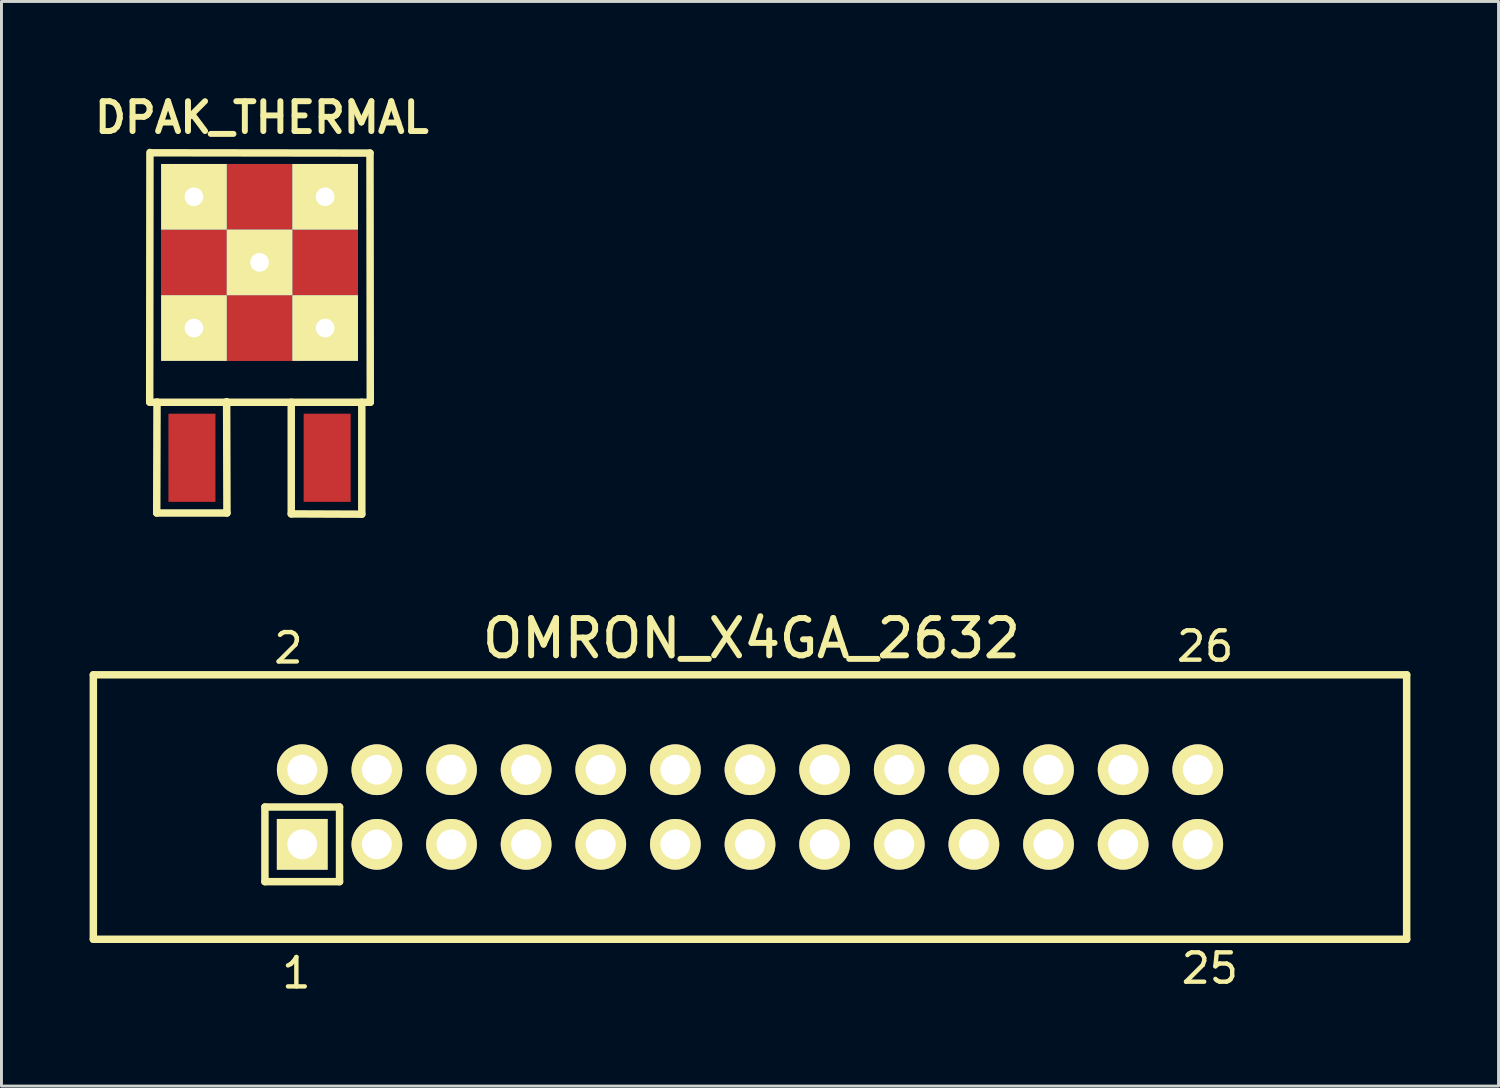
<source format=kicad_pcb>
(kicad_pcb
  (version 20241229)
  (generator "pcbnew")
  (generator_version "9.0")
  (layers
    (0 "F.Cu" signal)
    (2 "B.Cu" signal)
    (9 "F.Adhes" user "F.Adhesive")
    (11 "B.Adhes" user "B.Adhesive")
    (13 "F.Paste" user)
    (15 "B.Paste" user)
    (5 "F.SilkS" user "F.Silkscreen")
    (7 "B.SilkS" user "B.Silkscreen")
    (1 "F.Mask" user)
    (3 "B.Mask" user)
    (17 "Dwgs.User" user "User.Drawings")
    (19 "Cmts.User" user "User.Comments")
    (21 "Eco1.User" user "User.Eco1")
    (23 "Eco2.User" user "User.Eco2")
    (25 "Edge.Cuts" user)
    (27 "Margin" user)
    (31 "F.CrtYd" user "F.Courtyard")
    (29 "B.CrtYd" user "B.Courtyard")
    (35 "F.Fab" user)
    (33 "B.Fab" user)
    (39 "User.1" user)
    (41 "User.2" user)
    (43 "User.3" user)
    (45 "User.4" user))
  (footprint "OMRON_X4GA_2632"
    (layer "F.Cu")
    (at 22.477 24.418)
    (property "Reference" "OMRON_X4GA_2632" (at 0.05 -5.74 0) (layer "F.SilkS") (effects (font (size 1.27 1.27) (thickness 0.203))))
    (attr through_hole)
    (fp_line (start -22.35 -4.5) (end -22.35 4.5) (stroke (width 0.254) (type solid)) (layer "F.SilkS"))
    (fp_line (start -22.35 -4.5) (end 22.35 -4.5) (stroke (width 0.254) (type solid)) (layer "F.SilkS"))
    (fp_line (start -22.35 4.5) (end 22.35 4.5) (stroke (width 0.254) (type solid)) (layer "F.SilkS"))
    (fp_line (start -16.51 0) (end -13.97 0) (stroke (width 0.254) (type solid)) (layer "F.SilkS"))
    (fp_line (start -16.51 2.54) (end -16.51 0) (stroke (width 0.254) (type solid)) (layer "F.SilkS"))
    (fp_line (start -16.51 2.54) (end -13.97 2.54) (stroke (width 0.254) (type solid)) (layer "F.SilkS"))
    (fp_line (start -13.97 0) (end -13.97 2.54) (stroke (width 0.254) (type solid)) (layer "F.SilkS"))
    (fp_line (start 22.35 -4.5) (end 22.35 4.5) (stroke (width 0.254) (type solid)) (layer "F.SilkS"))
    (fp_text user "26" (at 15.49 -5.47 0) (layer "F.SilkS") (effects (font (size 1 1) (thickness 0.15))))
    (fp_text user "25" (at 15.65 5.49 0) (layer "F.SilkS") (effects (font (size 1 1) (thickness 0.15))))
    (fp_text user "1" (at -15.44 5.65 0) (layer "F.SilkS") (effects (font (size 1 1) (thickness 0.15))))
    (fp_text user "2" (at -15.71 -5.41 0) (layer "F.SilkS") (effects (font (size 1 1) (thickness 0.15))))
    (pad "1" thru_hole rect (at -15.24 1.27) (size 1.727 1.727) (drill 1.016) (layers "*.Cu" "*.Mask" "F.SilkS"))
    (pad "2" thru_hole circle (at -15.24 -1.27) (size 1.727 1.727) (drill 1.016) (layers "*.Cu" "*.Mask" "F.SilkS"))
    (pad "3" thru_hole circle (at -12.7 1.27) (size 1.727 1.727) (drill 1.016) (layers "*.Cu" "*.Mask" "F.SilkS"))
    (pad "4" thru_hole circle (at -12.7 -1.27) (size 1.727 1.727) (drill 1.016) (layers "*.Cu" "*.Mask" "F.SilkS"))
    (pad "5" thru_hole circle (at -10.16 1.27) (size 1.727 1.727) (drill 1.016) (layers "*.Cu" "*.Mask" "F.SilkS"))
    (pad "6" thru_hole circle (at -10.16 -1.27) (size 1.727 1.727) (drill 1.016) (layers "*.Cu" "*.Mask" "F.SilkS"))
    (pad "7" thru_hole circle (at -7.62 1.27) (size 1.727 1.727) (drill 1.016) (layers "*.Cu" "*.Mask" "F.SilkS"))
    (pad "8" thru_hole circle (at -7.62 -1.27) (size 1.727 1.727) (drill 1.016) (layers "*.Cu" "*.Mask" "F.SilkS"))
    (pad "9" thru_hole circle (at -5.08 1.27) (size 1.727 1.727) (drill 1.016) (layers "*.Cu" "*.Mask" "F.SilkS"))
    (pad "10" thru_hole circle (at -5.08 -1.27) (size 1.727 1.727) (drill 1.016) (layers "*.Cu" "*.Mask" "F.SilkS"))
    (pad "11" thru_hole circle (at -2.54 1.27) (size 1.727 1.727) (drill 1.016) (layers "*.Cu" "*.Mask" "F.SilkS"))
    (pad "12" thru_hole circle (at -2.54 -1.27) (size 1.727 1.727) (drill 1.016) (layers "*.Cu" "*.Mask" "F.SilkS"))
    (pad "13" thru_hole circle (at 0 1.27) (size 1.727 1.727) (drill 1.016) (layers "*.Cu" "*.Mask" "F.SilkS"))
    (pad "14" thru_hole circle (at 0 -1.27) (size 1.727 1.727) (drill 1.016) (layers "*.Cu" "*.Mask" "F.SilkS"))
    (pad "15" thru_hole circle (at 2.54 1.27) (size 1.727 1.727) (drill 1.016) (layers "*.Cu" "*.Mask" "F.SilkS"))
    (pad "16" thru_hole circle (at 2.54 -1.27) (size 1.727 1.727) (drill 1.016) (layers "*.Cu" "*.Mask" "F.SilkS"))
    (pad "17" thru_hole circle (at 5.08 1.27) (size 1.727 1.727) (drill 1.016) (layers "*.Cu" "*.Mask" "F.SilkS"))
    (pad "18" thru_hole circle (at 5.08 -1.27) (size 1.727 1.727) (drill 1.016) (layers "*.Cu" "*.Mask" "F.SilkS"))
    (pad "19" thru_hole circle (at 7.62 1.27) (size 1.727 1.727) (drill 1.016) (layers "*.Cu" "*.Mask" "F.SilkS"))
    (pad "20" thru_hole circle (at 7.62 -1.27) (size 1.727 1.727) (drill 1.016) (layers "*.Cu" "*.Mask" "F.SilkS"))
    (pad "21" thru_hole circle (at 10.16 1.27) (size 1.727 1.727) (drill 1.016) (layers "*.Cu" "*.Mask" "F.SilkS"))
    (pad "22" thru_hole circle (at 10.16 -1.27) (size 1.727 1.727) (drill 1.016) (layers "*.Cu" "*.Mask" "F.SilkS"))
    (pad "23" thru_hole circle (at 12.7 1.27) (size 1.727 1.727) (drill 1.016) (layers "*.Cu" "*.Mask" "F.SilkS"))
    (pad "24" thru_hole circle (at 12.7 -1.27) (size 1.727 1.727) (drill 1.016) (layers "*.Cu" "*.Mask" "F.SilkS"))
    (pad "25" thru_hole circle (at 15.24 1.27) (size 1.727 1.727) (drill 1.016) (layers "*.Cu" "*.Mask" "F.SilkS"))
    (pad "26" thru_hole circle (at 15.24 -1.27) (size 1.727 1.727) (drill 1.016) (layers "*.Cu" "*.Mask" "F.SilkS")))
  (footprint "DPAK_THERMAL"
    (layer "F.Cu")
    (at 5.784 12.531)
    (property "Reference" "DPAK_THERMAL" (at 0.08 -11.58 0) (layer "F.SilkS") (effects (font (size 1.016 1.016) (thickness 0.203))))
    (attr smd)
    (fp_line (start -3.739 -1.89) (end 3.769 -1.89) (stroke (width 0.254) (type solid)) (layer "F.SilkS"))
    (fp_line (start -3.731 -10.391) (end -3.739 -1.9) (stroke (width 0.254) (type solid)) (layer "F.SilkS"))
    (fp_line (start -3.5 1.88) (end -1.11 1.88) (stroke (width 0.254) (type solid)) (layer "F.SilkS"))
    (fp_line (start -3.49 -1.9) (end -3.5 1.88) (stroke (width 0.254) (type solid)) (layer "F.SilkS"))
    (fp_line (start -1.11 1.88) (end -1.12 -1.91) (stroke (width 0.254) (type solid)) (layer "F.SilkS"))
    (fp_line (start 1.079 -1.89) (end 1.079 1.91) (stroke (width 0.254) (type solid)) (layer "F.SilkS"))
    (fp_line (start 1.079 1.91) (end 3.48 1.92) (stroke (width 0.254) (type solid)) (layer "F.SilkS"))
    (fp_line (start 3.48 1.92) (end 3.48 -1.89) (stroke (width 0.254) (type solid)) (layer "F.SilkS"))
    (fp_line (start 3.759 -10.371) (end -3.711 -10.381) (stroke (width 0.254) (type solid)) (layer "F.SilkS"))
    (fp_line (start 3.769 -1.89) (end 3.759 -10.371) (stroke (width 0.254) (type solid)) (layer "F.SilkS"))
    (pad "1" smd rect (at -2.301 0) (size 1.6 3) (layers "F.Cu" "F.Mask" "F.Paste"))
    (pad "2" smd rect (at -2.233 -6.65) (size 2.233 2.233) (layers "F.Cu" "F.Mask" "F.Paste"))
    (pad "2" thru_hole rect (at -2.233 -4.416) (size 2.233 2.233) (drill 0.635) (layers "*.Cu" "F.SilkS"))
    (pad "2" thru_hole rect (at -2.233 -8.883) (size 2.233 2.233) (drill 0.635) (layers "*.Cu" "F.SilkS"))
    (pad "2" smd rect (at 0 -8.883) (size 2.233 2.233) (layers "F.Cu" "F.Mask" "F.Paste"))
    (pad "2" thru_hole rect (at 0 -6.65) (size 2.233 2.233) (drill 0.635) (layers "*.Cu" "F.SilkS"))
    (pad "2" smd rect (at 0 -6.65) (size 6.7 6.7) (layers "F.Cu"))
    (pad "2" smd rect (at 0 -4.416) (size 2.233 2.233) (layers "F.Cu" "F.Mask" "F.Paste"))
    (pad "2" thru_hole rect (at 2.233 -8.883) (size 2.233 2.233) (drill 0.635) (layers "*.Cu" "F.SilkS"))
    (pad "2" smd rect (at 2.233 -6.65) (size 2.233 2.233) (layers "F.Cu" "F.Mask" "F.Paste"))
    (pad "2" thru_hole rect (at 2.233 -4.416) (size 2.233 2.233) (drill 0.635) (layers "*.Cu" "F.SilkS"))
    (pad "3" smd rect (at 2.301 0) (size 1.6 3) (layers "F.Cu" "F.Mask" "F.Paste")))
  (gr_rect
    (start -3 -3)
    (end 47.954 33.916)
    (stroke (width 0.1) (type default))
    (fill no)
    (layer "Edge.Cuts")))
</source>
